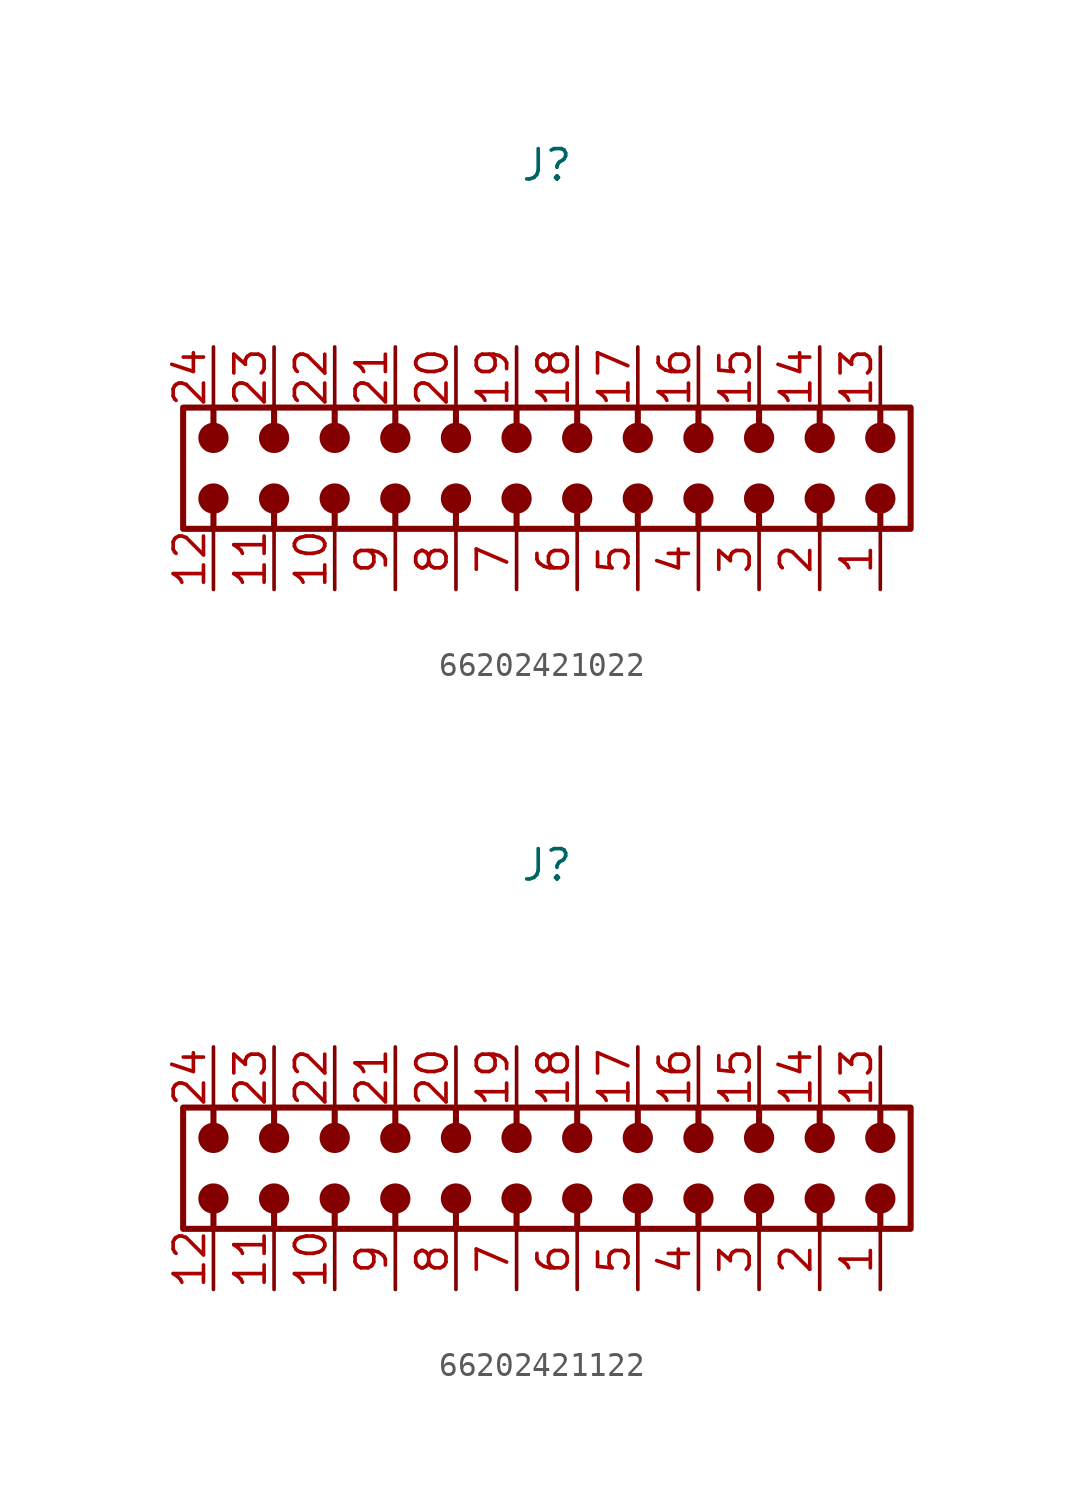
<source format=kicad_sym>
(kicad_symbol_lib
  (version 20241209)
  (generator "kicad_symbol_editor")
  (generator_version "9.0")
  (symbol "66202421022"
    (pin_names
      (hide yes))
    (property "Reference" "J"
      (at 0 12.7 0)
      (effects (font (size 1.27 1.27))))
    (symbol "66202421022_1_1"
      (rectangle (start -15.24 2.54) (end 15.24 -2.54) (stroke (width 0.254) (type solid)) (fill (type none)))
      (polyline (pts (xy -13.97 1.778) (xy -13.97 2.54)) (stroke (width 0.254) (type solid)) (fill (type none)))
      (circle (center -13.97 1.27) (radius 0.508) (stroke (width 0.254) (type solid)) (fill (type outline)))
      (circle (center -13.97 -1.27) (radius 0.508) (stroke (width 0.254) (type solid)) (fill (type outline)))
      (polyline (pts (xy -13.97 -1.778) (xy -13.97 -2.54)) (stroke (width 0.254) (type solid)) (fill (type none)))
      (polyline (pts (xy -11.43 1.778) (xy -11.43 2.54)) (stroke (width 0.254) (type solid)) (fill (type none)))
      (circle (center -11.43 1.27) (radius 0.508) (stroke (width 0.254) (type solid)) (fill (type outline)))
      (circle (center -11.43 -1.27) (radius 0.508) (stroke (width 0.254) (type solid)) (fill (type outline)))
      (polyline (pts (xy -11.43 -1.778) (xy -11.43 -2.54)) (stroke (width 0.254) (type solid)) (fill (type none)))
      (polyline (pts (xy -8.89 1.778) (xy -8.89 2.54)) (stroke (width 0.254) (type solid)) (fill (type none)))
      (circle (center -8.89 1.27) (radius 0.508) (stroke (width 0.254) (type solid)) (fill (type outline)))
      (circle (center -8.89 -1.27) (radius 0.508) (stroke (width 0.254) (type solid)) (fill (type outline)))
      (polyline (pts (xy -8.89 -1.778) (xy -8.89 -2.54)) (stroke (width 0.254) (type solid)) (fill (type none)))
      (polyline (pts (xy -6.35 1.778) (xy -6.35 2.54)) (stroke (width 0.254) (type solid)) (fill (type none)))
      (circle (center -6.35 1.27) (radius 0.508) (stroke (width 0.254) (type solid)) (fill (type outline)))
      (circle (center -6.35 -1.27) (radius 0.508) (stroke (width 0.254) (type solid)) (fill (type outline)))
      (polyline (pts (xy -6.35 -1.778) (xy -6.35 -2.54)) (stroke (width 0.254) (type solid)) (fill (type none)))
      (polyline (pts (xy -3.81 1.778) (xy -3.81 2.54)) (stroke (width 0.254) (type solid)) (fill (type none)))
      (circle (center -3.81 1.27) (radius 0.508) (stroke (width 0.254) (type solid)) (fill (type outline)))
      (circle (center -3.81 -1.27) (radius 0.508) (stroke (width 0.254) (type solid)) (fill (type outline)))
      (polyline (pts (xy -3.81 -1.778) (xy -3.81 -2.54)) (stroke (width 0.254) (type solid)) (fill (type none)))
      (polyline (pts (xy -1.27 1.778) (xy -1.27 2.54)) (stroke (width 0.254) (type solid)) (fill (type none)))
      (circle (center -1.27 1.27) (radius 0.508) (stroke (width 0.254) (type solid)) (fill (type outline)))
      (circle (center -1.27 -1.27) (radius 0.508) (stroke (width 0.254) (type solid)) (fill (type outline)))
      (polyline (pts (xy -1.27 -1.778) (xy -1.27 -2.54)) (stroke (width 0.254) (type solid)) (fill (type none)))
      (polyline (pts (xy 1.27 1.778) (xy 1.27 2.54)) (stroke (width 0.254) (type solid)) (fill (type none)))
      (circle (center 1.27 1.27) (radius 0.508) (stroke (width 0.254) (type solid)) (fill (type outline)))
      (circle (center 1.27 -1.27) (radius 0.508) (stroke (width 0.254) (type solid)) (fill (type outline)))
      (polyline (pts (xy 1.27 -1.778) (xy 1.27 -2.54)) (stroke (width 0.254) (type solid)) (fill (type none)))
      (polyline (pts (xy 3.81 1.778) (xy 3.81 2.54)) (stroke (width 0.254) (type solid)) (fill (type none)))
      (circle (center 3.81 1.27) (radius 0.508) (stroke (width 0.254) (type solid)) (fill (type outline)))
      (circle (center 3.81 -1.27) (radius 0.508) (stroke (width 0.254) (type solid)) (fill (type outline)))
      (polyline (pts (xy 3.81 -1.778) (xy 3.81 -2.54)) (stroke (width 0.254) (type solid)) (fill (type none)))
      (polyline (pts (xy 6.35 1.778) (xy 6.35 2.54)) (stroke (width 0.254) (type solid)) (fill (type none)))
      (circle (center 6.35 1.27) (radius 0.508) (stroke (width 0.254) (type solid)) (fill (type outline)))
      (circle (center 6.35 -1.27) (radius 0.508) (stroke (width 0.254) (type solid)) (fill (type outline)))
      (polyline (pts (xy 6.35 -1.778) (xy 6.35 -2.54)) (stroke (width 0.254) (type solid)) (fill (type none)))
      (polyline (pts (xy 8.89 1.778) (xy 8.89 2.54)) (stroke (width 0.254) (type solid)) (fill (type none)))
      (circle (center 8.89 1.27) (radius 0.508) (stroke (width 0.254) (type solid)) (fill (type outline)))
      (circle (center 8.89 -1.27) (radius 0.508) (stroke (width 0.254) (type solid)) (fill (type outline)))
      (polyline (pts (xy 8.89 -1.778) (xy 8.89 -2.54)) (stroke (width 0.254) (type solid)) (fill (type none)))
      (polyline (pts (xy 11.43 1.778) (xy 11.43 2.54)) (stroke (width 0.254) (type solid)) (fill (type none)))
      (circle (center 11.43 1.27) (radius 0.508) (stroke (width 0.254) (type solid)) (fill (type outline)))
      (circle (center 11.43 -1.27) (radius 0.508) (stroke (width 0.254) (type solid)) (fill (type outline)))
      (polyline (pts (xy 11.43 -1.778) (xy 11.43 -2.54)) (stroke (width 0.254) (type solid)) (fill (type none)))
      (polyline (pts (xy 13.97 1.778) (xy 13.97 2.54)) (stroke (width 0.254) (type solid)) (fill (type none)))
      (circle (center 13.97 1.27) (radius 0.508) (stroke (width 0.254) (type solid)) (fill (type outline)))
      (circle (center 13.97 -1.27) (radius 0.508) (stroke (width 0.254) (type solid)) (fill (type outline)))
      (polyline (pts (xy 13.97 -1.778) (xy 13.97 -2.54)) (stroke (width 0.254) (type solid)) (fill (type none)))
      (pin passive line (at -13.97 5.08 270) (length 2.54) (name "24" (effects (font (size 1.27 1.27)))) (number "24" (effects (font (size 1.27 1.27)))))
      (pin passive line (at -13.97 -5.08 90) (length 2.54) (name "12" (effects (font (size 1.27 1.27)))) (number "12" (effects (font (size 1.27 1.27)))))
      (pin passive line (at -11.43 5.08 270) (length 2.54) (name "23" (effects (font (size 1.27 1.27)))) (number "23" (effects (font (size 1.27 1.27)))))
      (pin passive line (at -11.43 -5.08 90) (length 2.54) (name "11" (effects (font (size 1.27 1.27)))) (number "11" (effects (font (size 1.27 1.27)))))
      (pin passive line (at -8.89 5.08 270) (length 2.54) (name "22" (effects (font (size 1.27 1.27)))) (number "22" (effects (font (size 1.27 1.27)))))
      (pin passive line (at -8.89 -5.08 90) (length 2.54) (name "10" (effects (font (size 1.27 1.27)))) (number "10" (effects (font (size 1.27 1.27)))))
      (pin passive line (at -6.35 5.08 270) (length 2.54) (name "21" (effects (font (size 1.27 1.27)))) (number "21" (effects (font (size 1.27 1.27)))))
      (pin passive line (at -6.35 -5.08 90) (length 2.54) (name "9" (effects (font (size 1.27 1.27)))) (number "9" (effects (font (size 1.27 1.27)))))
      (pin passive line (at -3.81 5.08 270) (length 2.54) (name "20" (effects (font (size 1.27 1.27)))) (number "20" (effects (font (size 1.27 1.27)))))
      (pin passive line (at -3.81 -5.08 90) (length 2.54) (name "8" (effects (font (size 1.27 1.27)))) (number "8" (effects (font (size 1.27 1.27)))))
      (pin passive line (at -1.27 5.08 270) (length 2.54) (name "19" (effects (font (size 1.27 1.27)))) (number "19" (effects (font (size 1.27 1.27)))))
      (pin passive line (at -1.27 -5.08 90) (length 2.54) (name "7" (effects (font (size 1.27 1.27)))) (number "7" (effects (font (size 1.27 1.27)))))
      (pin passive line (at 1.27 5.08 270) (length 2.54) (name "18" (effects (font (size 1.27 1.27)))) (number "18" (effects (font (size 1.27 1.27)))))
      (pin passive line (at 1.27 -5.08 90) (length 2.54) (name "6" (effects (font (size 1.27 1.27)))) (number "6" (effects (font (size 1.27 1.27)))))
      (pin passive line (at 3.81 5.08 270) (length 2.54) (name "17" (effects (font (size 1.27 1.27)))) (number "17" (effects (font (size 1.27 1.27)))))
      (pin passive line (at 3.81 -5.08 90) (length 2.54) (name "5" (effects (font (size 1.27 1.27)))) (number "5" (effects (font (size 1.27 1.27)))))
      (pin passive line (at 6.35 5.08 270) (length 2.54) (name "16" (effects (font (size 1.27 1.27)))) (number "16" (effects (font (size 1.27 1.27)))))
      (pin passive line (at 6.35 -5.08 90) (length 2.54) (name "4" (effects (font (size 1.27 1.27)))) (number "4" (effects (font (size 1.27 1.27)))))
      (pin passive line (at 8.89 5.08 270) (length 2.54) (name "15" (effects (font (size 1.27 1.27)))) (number "15" (effects (font (size 1.27 1.27)))))
      (pin passive line (at 8.89 -5.08 90) (length 2.54) (name "3" (effects (font (size 1.27 1.27)))) (number "3" (effects (font (size 1.27 1.27)))))
      (pin passive line (at 11.43 5.08 270) (length 2.54) (name "14" (effects (font (size 1.27 1.27)))) (number "14" (effects (font (size 1.27 1.27)))))
      (pin passive line (at 11.43 -5.08 90) (length 2.54) (name "2" (effects (font (size 1.27 1.27)))) (number "2" (effects (font (size 1.27 1.27)))))
      (pin passive line (at 13.97 5.08 270) (length 2.54) (name "13" (effects (font (size 1.27 1.27)))) (number "13" (effects (font (size 1.27 1.27)))))
      (pin passive line (at 13.97 -5.08 90) (length 2.54) (name "1" (effects (font (size 1.27 1.27)))) (number "1" (effects (font (size 1.27 1.27)))))))
  (symbol "66202421122"
    (pin_names
      (hide yes))
    (property "Reference" "J"
      (at 0 12.7 0)
      (effects (font (size 1.27 1.27))))
    (symbol "66202421122_1_1"
      (rectangle (start -15.24 2.54) (end 15.24 -2.54) (stroke (width 0.254) (type solid)) (fill (type none)))
      (polyline (pts (xy -13.97 1.778) (xy -13.97 2.54)) (stroke (width 0.254) (type solid)) (fill (type none)))
      (circle (center -13.97 1.27) (radius 0.508) (stroke (width 0.254) (type solid)) (fill (type outline)))
      (circle (center -13.97 -1.27) (radius 0.508) (stroke (width 0.254) (type solid)) (fill (type outline)))
      (polyline (pts (xy -13.97 -1.778) (xy -13.97 -2.54)) (stroke (width 0.254) (type solid)) (fill (type none)))
      (polyline (pts (xy -11.43 1.778) (xy -11.43 2.54)) (stroke (width 0.254) (type solid)) (fill (type none)))
      (circle (center -11.43 1.27) (radius 0.508) (stroke (width 0.254) (type solid)) (fill (type outline)))
      (circle (center -11.43 -1.27) (radius 0.508) (stroke (width 0.254) (type solid)) (fill (type outline)))
      (polyline (pts (xy -11.43 -1.778) (xy -11.43 -2.54)) (stroke (width 0.254) (type solid)) (fill (type none)))
      (polyline (pts (xy -8.89 1.778) (xy -8.89 2.54)) (stroke (width 0.254) (type solid)) (fill (type none)))
      (circle (center -8.89 1.27) (radius 0.508) (stroke (width 0.254) (type solid)) (fill (type outline)))
      (circle (center -8.89 -1.27) (radius 0.508) (stroke (width 0.254) (type solid)) (fill (type outline)))
      (polyline (pts (xy -8.89 -1.778) (xy -8.89 -2.54)) (stroke (width 0.254) (type solid)) (fill (type none)))
      (polyline (pts (xy -6.35 1.778) (xy -6.35 2.54)) (stroke (width 0.254) (type solid)) (fill (type none)))
      (circle (center -6.35 1.27) (radius 0.508) (stroke (width 0.254) (type solid)) (fill (type outline)))
      (circle (center -6.35 -1.27) (radius 0.508) (stroke (width 0.254) (type solid)) (fill (type outline)))
      (polyline (pts (xy -6.35 -1.778) (xy -6.35 -2.54)) (stroke (width 0.254) (type solid)) (fill (type none)))
      (polyline (pts (xy -3.81 1.778) (xy -3.81 2.54)) (stroke (width 0.254) (type solid)) (fill (type none)))
      (circle (center -3.81 1.27) (radius 0.508) (stroke (width 0.254) (type solid)) (fill (type outline)))
      (circle (center -3.81 -1.27) (radius 0.508) (stroke (width 0.254) (type solid)) (fill (type outline)))
      (polyline (pts (xy -3.81 -1.778) (xy -3.81 -2.54)) (stroke (width 0.254) (type solid)) (fill (type none)))
      (polyline (pts (xy -1.27 1.778) (xy -1.27 2.54)) (stroke (width 0.254) (type solid)) (fill (type none)))
      (circle (center -1.27 1.27) (radius 0.508) (stroke (width 0.254) (type solid)) (fill (type outline)))
      (circle (center -1.27 -1.27) (radius 0.508) (stroke (width 0.254) (type solid)) (fill (type outline)))
      (polyline (pts (xy -1.27 -1.778) (xy -1.27 -2.54)) (stroke (width 0.254) (type solid)) (fill (type none)))
      (polyline (pts (xy 1.27 1.778) (xy 1.27 2.54)) (stroke (width 0.254) (type solid)) (fill (type none)))
      (circle (center 1.27 1.27) (radius 0.508) (stroke (width 0.254) (type solid)) (fill (type outline)))
      (circle (center 1.27 -1.27) (radius 0.508) (stroke (width 0.254) (type solid)) (fill (type outline)))
      (polyline (pts (xy 1.27 -1.778) (xy 1.27 -2.54)) (stroke (width 0.254) (type solid)) (fill (type none)))
      (polyline (pts (xy 3.81 1.778) (xy 3.81 2.54)) (stroke (width 0.254) (type solid)) (fill (type none)))
      (circle (center 3.81 1.27) (radius 0.508) (stroke (width 0.254) (type solid)) (fill (type outline)))
      (circle (center 3.81 -1.27) (radius 0.508) (stroke (width 0.254) (type solid)) (fill (type outline)))
      (polyline (pts (xy 3.81 -1.778) (xy 3.81 -2.54)) (stroke (width 0.254) (type solid)) (fill (type none)))
      (polyline (pts (xy 6.35 1.778) (xy 6.35 2.54)) (stroke (width 0.254) (type solid)) (fill (type none)))
      (circle (center 6.35 1.27) (radius 0.508) (stroke (width 0.254) (type solid)) (fill (type outline)))
      (circle (center 6.35 -1.27) (radius 0.508) (stroke (width 0.254) (type solid)) (fill (type outline)))
      (polyline (pts (xy 6.35 -1.778) (xy 6.35 -2.54)) (stroke (width 0.254) (type solid)) (fill (type none)))
      (polyline (pts (xy 8.89 1.778) (xy 8.89 2.54)) (stroke (width 0.254) (type solid)) (fill (type none)))
      (circle (center 8.89 1.27) (radius 0.508) (stroke (width 0.254) (type solid)) (fill (type outline)))
      (circle (center 8.89 -1.27) (radius 0.508) (stroke (width 0.254) (type solid)) (fill (type outline)))
      (polyline (pts (xy 8.89 -1.778) (xy 8.89 -2.54)) (stroke (width 0.254) (type solid)) (fill (type none)))
      (polyline (pts (xy 11.43 1.778) (xy 11.43 2.54)) (stroke (width 0.254) (type solid)) (fill (type none)))
      (circle (center 11.43 1.27) (radius 0.508) (stroke (width 0.254) (type solid)) (fill (type outline)))
      (circle (center 11.43 -1.27) (radius 0.508) (stroke (width 0.254) (type solid)) (fill (type outline)))
      (polyline (pts (xy 11.43 -1.778) (xy 11.43 -2.54)) (stroke (width 0.254) (type solid)) (fill (type none)))
      (polyline (pts (xy 13.97 1.778) (xy 13.97 2.54)) (stroke (width 0.254) (type solid)) (fill (type none)))
      (circle (center 13.97 1.27) (radius 0.508) (stroke (width 0.254) (type solid)) (fill (type outline)))
      (circle (center 13.97 -1.27) (radius 0.508) (stroke (width 0.254) (type solid)) (fill (type outline)))
      (polyline (pts (xy 13.97 -1.778) (xy 13.97 -2.54)) (stroke (width 0.254) (type solid)) (fill (type none)))
      (pin passive line (at -13.97 5.08 270) (length 2.54) (name "24" (effects (font (size 1.27 1.27)))) (number "24" (effects (font (size 1.27 1.27)))))
      (pin passive line (at -13.97 -5.08 90) (length 2.54) (name "12" (effects (font (size 1.27 1.27)))) (number "12" (effects (font (size 1.27 1.27)))))
      (pin passive line (at -11.43 5.08 270) (length 2.54) (name "23" (effects (font (size 1.27 1.27)))) (number "23" (effects (font (size 1.27 1.27)))))
      (pin passive line (at -11.43 -5.08 90) (length 2.54) (name "11" (effects (font (size 1.27 1.27)))) (number "11" (effects (font (size 1.27 1.27)))))
      (pin passive line (at -8.89 5.08 270) (length 2.54) (name "22" (effects (font (size 1.27 1.27)))) (number "22" (effects (font (size 1.27 1.27)))))
      (pin passive line (at -8.89 -5.08 90) (length 2.54) (name "10" (effects (font (size 1.27 1.27)))) (number "10" (effects (font (size 1.27 1.27)))))
      (pin passive line (at -6.35 5.08 270) (length 2.54) (name "21" (effects (font (size 1.27 1.27)))) (number "21" (effects (font (size 1.27 1.27)))))
      (pin passive line (at -6.35 -5.08 90) (length 2.54) (name "9" (effects (font (size 1.27 1.27)))) (number "9" (effects (font (size 1.27 1.27)))))
      (pin passive line (at -3.81 5.08 270) (length 2.54) (name "20" (effects (font (size 1.27 1.27)))) (number "20" (effects (font (size 1.27 1.27)))))
      (pin passive line (at -3.81 -5.08 90) (length 2.54) (name "8" (effects (font (size 1.27 1.27)))) (number "8" (effects (font (size 1.27 1.27)))))
      (pin passive line (at -1.27 5.08 270) (length 2.54) (name "19" (effects (font (size 1.27 1.27)))) (number "19" (effects (font (size 1.27 1.27)))))
      (pin passive line (at -1.27 -5.08 90) (length 2.54) (name "7" (effects (font (size 1.27 1.27)))) (number "7" (effects (font (size 1.27 1.27)))))
      (pin passive line (at 1.27 5.08 270) (length 2.54) (name "18" (effects (font (size 1.27 1.27)))) (number "18" (effects (font (size 1.27 1.27)))))
      (pin passive line (at 1.27 -5.08 90) (length 2.54) (name "6" (effects (font (size 1.27 1.27)))) (number "6" (effects (font (size 1.27 1.27)))))
      (pin passive line (at 3.81 5.08 270) (length 2.54) (name "17" (effects (font (size 1.27 1.27)))) (number "17" (effects (font (size 1.27 1.27)))))
      (pin passive line (at 3.81 -5.08 90) (length 2.54) (name "5" (effects (font (size 1.27 1.27)))) (number "5" (effects (font (size 1.27 1.27)))))
      (pin passive line (at 6.35 5.08 270) (length 2.54) (name "16" (effects (font (size 1.27 1.27)))) (number "16" (effects (font (size 1.27 1.27)))))
      (pin passive line (at 6.35 -5.08 90) (length 2.54) (name "4" (effects (font (size 1.27 1.27)))) (number "4" (effects (font (size 1.27 1.27)))))
      (pin passive line (at 8.89 5.08 270) (length 2.54) (name "15" (effects (font (size 1.27 1.27)))) (number "15" (effects (font (size 1.27 1.27)))))
      (pin passive line (at 8.89 -5.08 90) (length 2.54) (name "3" (effects (font (size 1.27 1.27)))) (number "3" (effects (font (size 1.27 1.27)))))
      (pin passive line (at 11.43 5.08 270) (length 2.54) (name "14" (effects (font (size 1.27 1.27)))) (number "14" (effects (font (size 1.27 1.27)))))
      (pin passive line (at 11.43 -5.08 90) (length 2.54) (name "2" (effects (font (size 1.27 1.27)))) (number "2" (effects (font (size 1.27 1.27)))))
      (pin passive line (at 13.97 5.08 270) (length 2.54) (name "13" (effects (font (size 1.27 1.27)))) (number "13" (effects (font (size 1.27 1.27)))))
      (pin passive line (at 13.97 -5.08 90) (length 2.54) (name "1" (effects (font (size 1.27 1.27)))) (number "1" (effects (font (size 1.27 1.27))))))))
</source>
